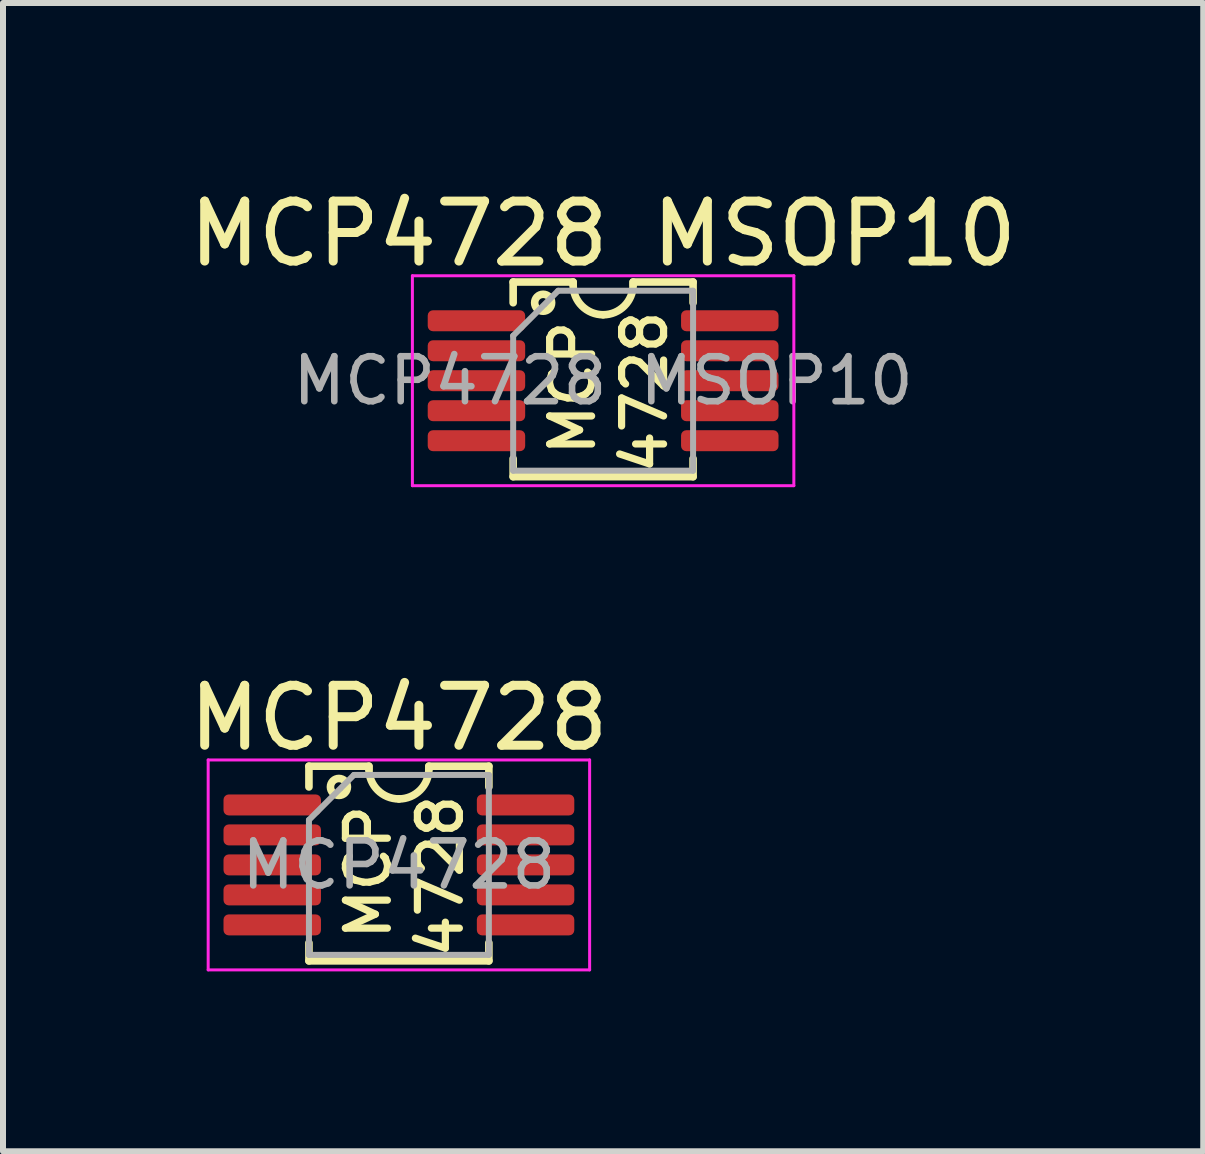
<source format=kicad_pcb>
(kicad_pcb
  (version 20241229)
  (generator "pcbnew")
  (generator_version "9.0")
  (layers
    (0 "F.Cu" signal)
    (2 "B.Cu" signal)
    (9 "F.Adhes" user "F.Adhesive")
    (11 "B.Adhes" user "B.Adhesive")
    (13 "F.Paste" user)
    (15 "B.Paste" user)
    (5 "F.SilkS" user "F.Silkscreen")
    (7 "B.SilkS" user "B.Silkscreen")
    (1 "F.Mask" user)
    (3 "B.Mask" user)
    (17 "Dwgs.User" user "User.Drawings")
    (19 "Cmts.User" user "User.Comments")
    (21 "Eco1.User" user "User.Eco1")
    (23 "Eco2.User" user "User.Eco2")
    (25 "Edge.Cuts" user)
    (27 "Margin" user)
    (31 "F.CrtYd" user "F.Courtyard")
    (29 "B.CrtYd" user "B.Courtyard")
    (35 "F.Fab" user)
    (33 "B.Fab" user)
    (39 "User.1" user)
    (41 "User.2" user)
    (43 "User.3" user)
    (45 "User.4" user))
  (footprint "MCP4728"
    (layer "F.Cu")
    (at 3.601 11.371)
    (property "Reference" "MCP4728" (at 0 -2.45 0) (layer "F.SilkS") (effects (font (size 1 1) (thickness 0.15))))
    (attr smd)
    (fp_line (start -1.5 -1.646) (end -1.5 -1.3) (stroke (width 0.127) (type default)) (layer "F.SilkS"))
    (fp_line (start -1.5 -1.646) (end -0.5 -1.646) (stroke (width 0.127) (type solid)) (layer "F.SilkS"))
    (fp_line (start -1.5 1.3) (end -1.5 1.6) (stroke (width 0.127) (type default)) (layer "F.SilkS"))
    (fp_line (start -0.5 -1.646) (end -0.5 -1.6) (stroke (width 0.127) (type solid)) (layer "F.SilkS"))
    (fp_line (start 0.5 -1.646) (end 1.5 -1.646) (stroke (width 0.127) (type solid)) (layer "F.SilkS"))
    (fp_line (start 0.5 -1.6) (end 0.5 -1.646) (stroke (width 0.127) (type solid)) (layer "F.SilkS"))
    (fp_line (start 1.5 -1.646) (end 1.5 -1.3) (stroke (width 0.127) (type default)) (layer "F.SilkS"))
    (fp_line (start 1.5 1.3) (end 1.5 1.6) (stroke (width 0.127) (type default)) (layer "F.SilkS"))
    (fp_line (start 1.5 1.6) (end -1.5 1.6) (stroke (width 0.127) (type default)) (layer "F.SilkS"))
    (fp_arc (start 0 -1.1) (mid -0.353553 -1.246447) (end -0.5 -1.6) (stroke (width 0.127) (type solid)) (layer "F.SilkS"))
    (fp_arc (start 0.5 -1.6) (mid 0.353553 -1.246447) (end 0 -1.1) (stroke (width 0.127) (type solid)) (layer "F.SilkS"))
    (fp_circle (center -1 -1.3) (end -0.9 -1.4) (stroke (width 0.127) (type solid)) (fill no) (layer "F.SilkS"))
    (fp_line (start -3.18 -1.75) (end -3.18 1.75) (stroke (width 0.05) (type solid)) (layer "F.CrtYd"))
    (fp_line (start -3.18 1.75) (end 3.18 1.75) (stroke (width 0.05) (type solid)) (layer "F.CrtYd"))
    (fp_line (start 3.18 -1.75) (end -3.18 -1.75) (stroke (width 0.05) (type solid)) (layer "F.CrtYd"))
    (fp_line (start 3.18 1.75) (end 3.18 -1.75) (stroke (width 0.05) (type solid)) (layer "F.CrtYd"))
    (fp_line (start -1.5 -0.75) (end -0.75 -1.5) (stroke (width 0.1) (type solid)) (layer "F.Fab"))
    (fp_line (start -1.5 1.5) (end -1.5 -0.75) (stroke (width 0.1) (type solid)) (layer "F.Fab"))
    (fp_line (start -0.75 -1.5) (end 1.5 -1.5) (stroke (width 0.1) (type solid)) (layer "F.Fab"))
    (fp_line (start 1.5 -1.5) (end 1.5 1.5) (stroke (width 0.1) (type solid)) (layer "F.Fab"))
    (fp_line (start 1.5 1.5) (end -1.5 1.5) (stroke (width 0.1) (type solid)) (layer "F.Fab"))
    (fp_text user "MCP" (at -0.1 1.3 90) (unlocked yes) (layer "F.SilkS") (effects (font (size 0.7 0.7) (thickness 0.12) (bold yes)) (justify left bottom)))
    (fp_text user "4728" (at 1.1 1.6 90) (unlocked yes) (layer "F.SilkS") (effects (font (size 0.7 0.7) (thickness 0.12) (bold yes)) (justify left bottom)))
    (fp_text user "${REFERENCE}" (at 0 0 0) (layer "F.Fab") (effects (font (size 0.75 0.75) (thickness 0.11))))
    (pad "1" smd roundrect (at -2.112 -1) (size 1.625 0.35) (layers "F.Cu" "F.Mask" "F.Paste") (roundrect_rratio 0.25))
    (pad "2" smd roundrect (at -2.112 -0.5) (size 1.625 0.35) (layers "F.Cu" "F.Mask" "F.Paste") (roundrect_rratio 0.25))
    (pad "3" smd roundrect (at -2.112 0) (size 1.625 0.35) (layers "F.Cu" "F.Mask" "F.Paste") (roundrect_rratio 0.25))
    (pad "4" smd roundrect (at -2.112 0.5) (size 1.625 0.35) (layers "F.Cu" "F.Mask" "F.Paste") (roundrect_rratio 0.25))
    (pad "5" smd roundrect (at -2.112 1) (size 1.625 0.35) (layers "F.Cu" "F.Mask" "F.Paste") (roundrect_rratio 0.25))
    (pad "6" smd roundrect (at 2.112 1) (size 1.625 0.35) (layers "F.Cu" "F.Mask" "F.Paste") (roundrect_rratio 0.25))
    (pad "7" smd roundrect (at 2.112 0.5) (size 1.625 0.35) (layers "F.Cu" "F.Mask" "F.Paste") (roundrect_rratio 0.25))
    (pad "8" smd roundrect (at 2.112 0) (size 1.625 0.35) (layers "F.Cu" "F.Mask" "F.Paste") (roundrect_rratio 0.25))
    (pad "9" smd roundrect (at 2.112 -0.5) (size 1.625 0.35) (layers "F.Cu" "F.Mask" "F.Paste") (roundrect_rratio 0.25))
    (pad "10" smd roundrect (at 2.112 -1) (size 1.625 0.35) (layers "F.Cu" "F.Mask" "F.Paste") (roundrect_rratio 0.25)))
  (footprint "MCP4728 MSOP10"
    (layer "F.Cu")
    (at 7.006 3.298)
    (property "Reference" "MCP4728 MSOP10" (at 0 -2.45 0) (layer "F.SilkS") (effects (font (size 1 1) (thickness 0.15))))
    (attr smd)
    (fp_line (start -1.5 -1.646) (end -1.5 -1.3) (stroke (width 0.127) (type default)) (layer "F.SilkS"))
    (fp_line (start -1.5 -1.646) (end -0.5 -1.646) (stroke (width 0.127) (type solid)) (layer "F.SilkS"))
    (fp_line (start -1.5 1.3) (end -1.5 1.6) (stroke (width 0.127) (type default)) (layer "F.SilkS"))
    (fp_line (start -0.5 -1.646) (end -0.5 -1.6) (stroke (width 0.127) (type solid)) (layer "F.SilkS"))
    (fp_line (start 0.5 -1.646) (end 1.5 -1.646) (stroke (width 0.127) (type solid)) (layer "F.SilkS"))
    (fp_line (start 0.5 -1.6) (end 0.5 -1.646) (stroke (width 0.127) (type solid)) (layer "F.SilkS"))
    (fp_line (start 1.5 -1.646) (end 1.5 -1.3) (stroke (width 0.127) (type default)) (layer "F.SilkS"))
    (fp_line (start 1.5 1.3) (end 1.5 1.6) (stroke (width 0.127) (type default)) (layer "F.SilkS"))
    (fp_line (start 1.5 1.6) (end -1.5 1.6) (stroke (width 0.127) (type default)) (layer "F.SilkS"))
    (fp_arc (start 0 -1.1) (mid -0.353553 -1.246447) (end -0.5 -1.6) (stroke (width 0.127) (type solid)) (layer "F.SilkS"))
    (fp_arc (start 0.5 -1.6) (mid 0.353553 -1.246447) (end 0 -1.1) (stroke (width 0.127) (type solid)) (layer "F.SilkS"))
    (fp_circle (center -1 -1.3) (end -0.9 -1.4) (stroke (width 0.127) (type solid)) (fill no) (layer "F.SilkS"))
    (fp_line (start -3.18 -1.75) (end -3.18 1.75) (stroke (width 0.05) (type solid)) (layer "F.CrtYd"))
    (fp_line (start -3.18 1.75) (end 3.18 1.75) (stroke (width 0.05) (type solid)) (layer "F.CrtYd"))
    (fp_line (start 3.18 -1.75) (end -3.18 -1.75) (stroke (width 0.05) (type solid)) (layer "F.CrtYd"))
    (fp_line (start 3.18 1.75) (end 3.18 -1.75) (stroke (width 0.05) (type solid)) (layer "F.CrtYd"))
    (fp_line (start -1.5 -0.75) (end -0.75 -1.5) (stroke (width 0.1) (type solid)) (layer "F.Fab"))
    (fp_line (start -1.5 1.5) (end -1.5 -0.75) (stroke (width 0.1) (type solid)) (layer "F.Fab"))
    (fp_line (start -0.75 -1.5) (end 1.5 -1.5) (stroke (width 0.1) (type solid)) (layer "F.Fab"))
    (fp_line (start 1.5 -1.5) (end 1.5 1.5) (stroke (width 0.1) (type solid)) (layer "F.Fab"))
    (fp_line (start 1.5 1.5) (end -1.5 1.5) (stroke (width 0.1) (type solid)) (layer "F.Fab"))
    (fp_text user "4728" (at 1.1 1.6 90) (unlocked yes) (layer "F.SilkS") (effects (font (size 0.7 0.7) (thickness 0.12) (bold yes)) (justify left bottom)))
    (fp_text user "MCP" (at -0.1 1.3 90) (unlocked yes) (layer "F.SilkS") (effects (font (size 0.7 0.7) (thickness 0.12) (bold yes)) (justify left bottom)))
    (fp_text user "${REFERENCE}" (at 0 0 0) (layer "F.Fab") (effects (font (size 0.75 0.75) (thickness 0.11))))
    (pad "1" smd roundrect (at -2.112 -1) (size 1.625 0.35) (layers "F.Cu" "F.Mask" "F.Paste") (roundrect_rratio 0.25))
    (pad "2" smd roundrect (at -2.112 -0.5) (size 1.625 0.35) (layers "F.Cu" "F.Mask" "F.Paste") (roundrect_rratio 0.25))
    (pad "3" smd roundrect (at -2.112 0) (size 1.625 0.35) (layers "F.Cu" "F.Mask" "F.Paste") (roundrect_rratio 0.25))
    (pad "4" smd roundrect (at -2.112 0.5) (size 1.625 0.35) (layers "F.Cu" "F.Mask" "F.Paste") (roundrect_rratio 0.25))
    (pad "5" smd roundrect (at -2.112 1) (size 1.625 0.35) (layers "F.Cu" "F.Mask" "F.Paste") (roundrect_rratio 0.25))
    (pad "6" smd roundrect (at 2.112 1) (size 1.625 0.35) (layers "F.Cu" "F.Mask" "F.Paste") (roundrect_rratio 0.25))
    (pad "7" smd roundrect (at 2.112 0.5) (size 1.625 0.35) (layers "F.Cu" "F.Mask" "F.Paste") (roundrect_rratio 0.25))
    (pad "8" smd roundrect (at 2.112 0) (size 1.625 0.35) (layers "F.Cu" "F.Mask" "F.Paste") (roundrect_rratio 0.25))
    (pad "9" smd roundrect (at 2.112 -0.5) (size 1.625 0.35) (layers "F.Cu" "F.Mask" "F.Paste") (roundrect_rratio 0.25))
    (pad "10" smd roundrect (at 2.112 -1) (size 1.625 0.35) (layers "F.Cu" "F.Mask" "F.Paste") (roundrect_rratio 0.25)))
  (gr_rect
    (start -3 -3)
    (end 17.012 16.146)
    (stroke (width 0.1) (type default))
    (fill no)
    (layer "Edge.Cuts")))
</source>
